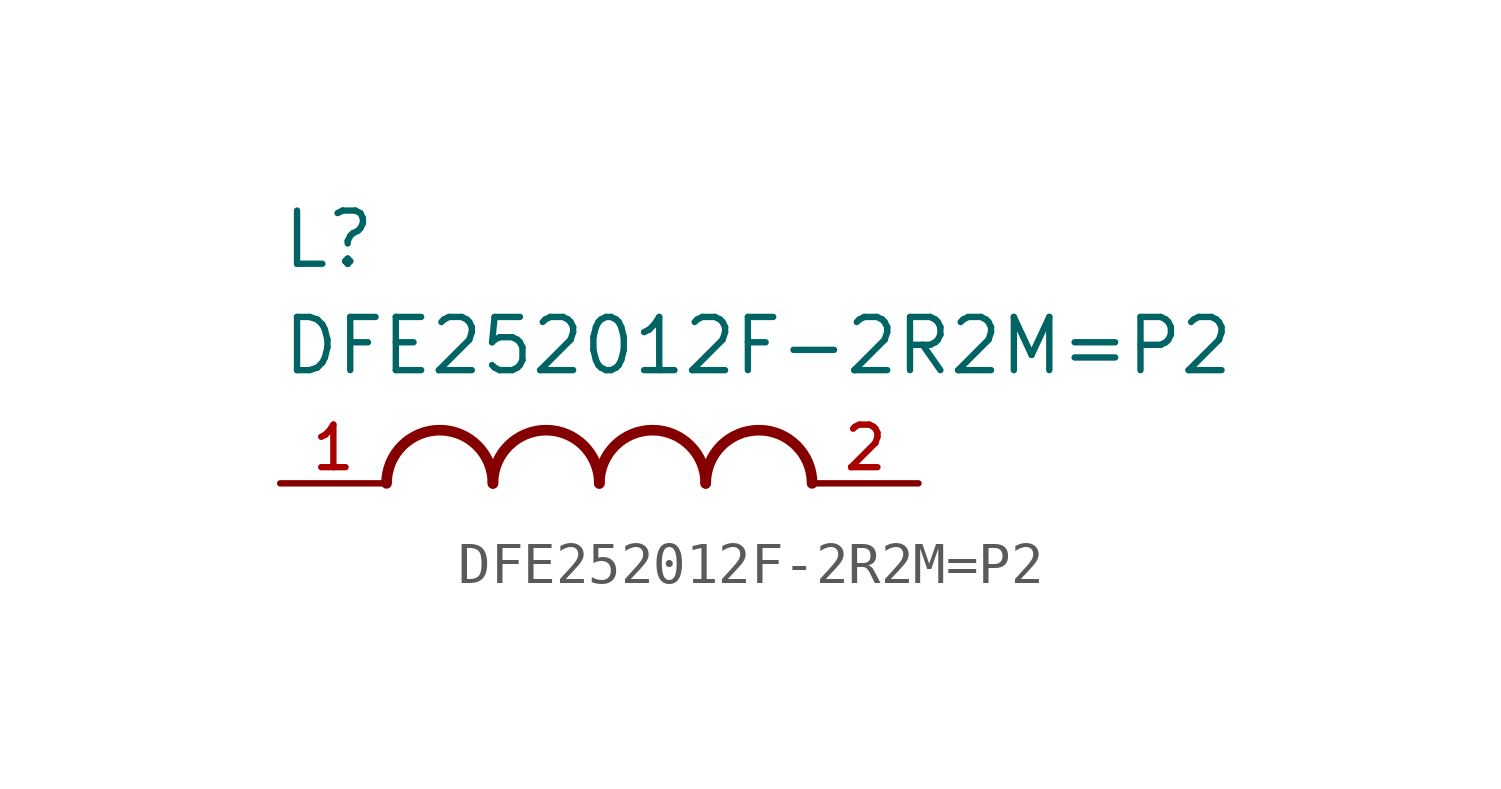
<source format=kicad_sym>
(kicad_symbol_lib
  (version 20211014)
  (generator kicad_symbol_editor)
  (symbol "DFE252012F-2R2M=P2"
    (pin_names
      (offset 1.016))
    (property "Reference" "L"
      (at -7.62 5.08 0)
      (effects (font (size 1.27 1.27)) (justify bottom left)))
    (property "Value" "DFE252012F-2R2M=P2"
      (at -7.62 2.54 0)
      (effects (font (size 1.27 1.27)) (justify bottom left)))
    (symbol "DFE252012F-2R2M=P2_0_0"
      (arc (start -2.54 0.0) (mid -3.81 1.27) (end -5.08 0.0) (stroke (width 0.254) (type default) (color 0 0 0 0)) (fill (type none)))
      (arc (start 0.0 0.0) (mid -1.27 1.27) (end -2.54 0.0) (stroke (width 0.254) (type default) (color 0 0 0 0)) (fill (type none)))
      (arc (start 2.54 0.0) (mid 1.27 1.27) (end 0.0 0.0) (stroke (width 0.254) (type default) (color 0 0 0 0)) (fill (type none)))
      (arc (start 5.08 0.0) (mid 3.81 1.27) (end 2.54 0.0) (stroke (width 0.254) (type default) (color 0 0 0 0)) (fill (type none)))
      (pin passive line (at -7.62 0.0 0) (length 2.54) (name "~" (effects (font (size 1.016 1.016)))) (number "1" (effects (font (size 1.016 1.016)))))
      (pin passive line (at 7.62 0.0 180.0) (length 2.54) (name "~" (effects (font (size 1.016 1.016)))) (number "2" (effects (font (size 1.016 1.016))))))))
</source>
